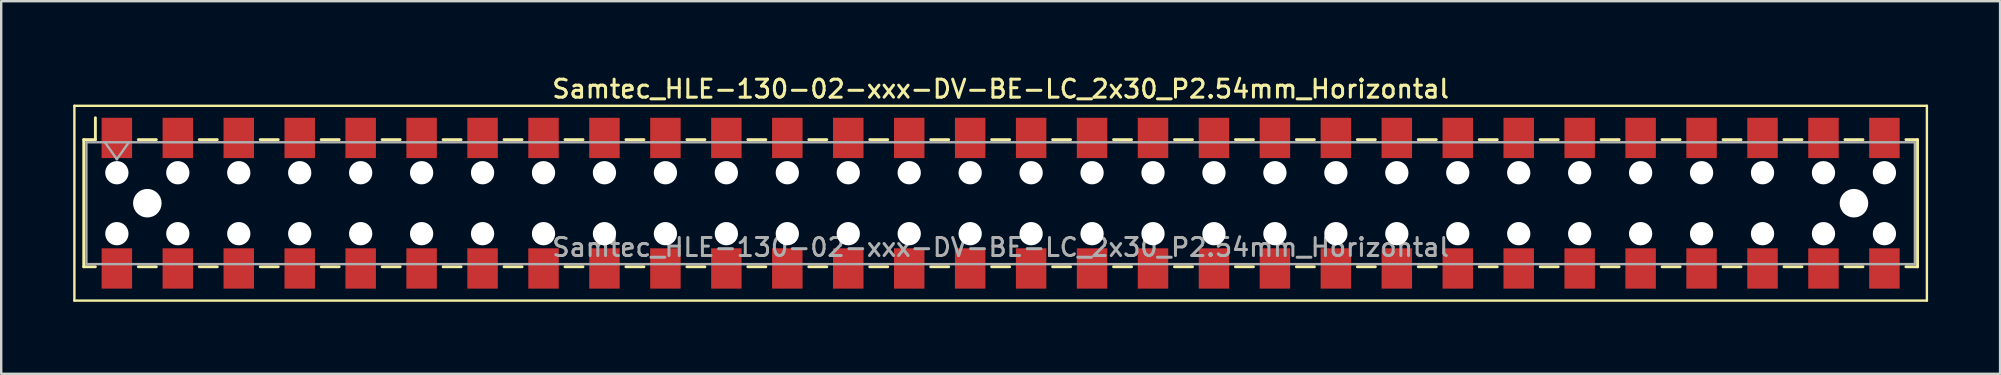
<source format=kicad_pcb>
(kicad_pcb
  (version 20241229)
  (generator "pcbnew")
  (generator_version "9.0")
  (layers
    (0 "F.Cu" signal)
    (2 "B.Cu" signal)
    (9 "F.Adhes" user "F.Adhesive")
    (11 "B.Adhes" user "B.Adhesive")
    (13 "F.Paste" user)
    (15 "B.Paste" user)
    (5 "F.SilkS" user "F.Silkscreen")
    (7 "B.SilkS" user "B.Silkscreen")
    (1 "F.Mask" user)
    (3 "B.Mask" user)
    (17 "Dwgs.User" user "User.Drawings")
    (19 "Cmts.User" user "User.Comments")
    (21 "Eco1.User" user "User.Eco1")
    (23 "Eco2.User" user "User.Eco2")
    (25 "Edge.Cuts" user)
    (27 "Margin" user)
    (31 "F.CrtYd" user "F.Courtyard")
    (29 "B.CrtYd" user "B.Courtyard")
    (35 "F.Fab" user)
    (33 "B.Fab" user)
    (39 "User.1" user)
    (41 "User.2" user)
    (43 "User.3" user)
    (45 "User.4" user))
  (footprint "Samtec_HLE-130-02-xxx-DV-BE-LC_2x30_P2.54mm_Horizontal"
    (layer "F.Cu")
    (at 38.65 5.418)
    (property "Reference" "Samtec_HLE-130-02-xxx-DV-BE-LC_2x30_P2.54mm_Horizontal" (at 0 -4.76 0) (layer "F.SilkS") (effects (font (size 0.75 0.75) (thickness 0.125))))
    (attr smd)
    (fp_line (start -38.6 -4.06) (end 38.6 -4.06) (stroke (width 0.1) (type solid)) (layer "F.SilkS"))
    (fp_line (start -38.6 4.06) (end -38.6 -4.06) (stroke (width 0.1) (type solid)) (layer "F.SilkS"))
    (fp_line (start -38.21 -2.65) (end -38.21 2.65) (stroke (width 0.12) (type solid)) (layer "F.SilkS"))
    (fp_line (start -38.21 2.65) (end -37.725 2.65) (stroke (width 0.12) (type solid)) (layer "F.SilkS"))
    (fp_line (start -37.725 -3.56) (end -37.725 -2.65) (stroke (width 0.12) (type solid)) (layer "F.SilkS"))
    (fp_line (start -37.725 -2.65) (end -38.21 -2.65) (stroke (width 0.12) (type solid)) (layer "F.SilkS"))
    (fp_line (start -35.935 -2.65) (end -35.185 -2.65) (stroke (width 0.12) (type solid)) (layer "F.SilkS"))
    (fp_line (start -35.935 2.65) (end -35.185 2.65) (stroke (width 0.12) (type solid)) (layer "F.SilkS"))
    (fp_line (start -33.395 -2.65) (end -32.645 -2.65) (stroke (width 0.12) (type solid)) (layer "F.SilkS"))
    (fp_line (start -33.395 2.65) (end -32.645 2.65) (stroke (width 0.12) (type solid)) (layer "F.SilkS"))
    (fp_line (start -30.855 -2.65) (end -30.105 -2.65) (stroke (width 0.12) (type solid)) (layer "F.SilkS"))
    (fp_line (start -30.855 2.65) (end -30.105 2.65) (stroke (width 0.12) (type solid)) (layer "F.SilkS"))
    (fp_line (start -28.315 -2.65) (end -27.565 -2.65) (stroke (width 0.12) (type solid)) (layer "F.SilkS"))
    (fp_line (start -28.315 2.65) (end -27.565 2.65) (stroke (width 0.12) (type solid)) (layer "F.SilkS"))
    (fp_line (start -25.775 -2.65) (end -25.025 -2.65) (stroke (width 0.12) (type solid)) (layer "F.SilkS"))
    (fp_line (start -25.775 2.65) (end -25.025 2.65) (stroke (width 0.12) (type solid)) (layer "F.SilkS"))
    (fp_line (start -23.235 -2.65) (end -22.485 -2.65) (stroke (width 0.12) (type solid)) (layer "F.SilkS"))
    (fp_line (start -23.235 2.65) (end -22.485 2.65) (stroke (width 0.12) (type solid)) (layer "F.SilkS"))
    (fp_line (start -20.695 -2.65) (end -19.945 -2.65) (stroke (width 0.12) (type solid)) (layer "F.SilkS"))
    (fp_line (start -20.695 2.65) (end -19.945 2.65) (stroke (width 0.12) (type solid)) (layer "F.SilkS"))
    (fp_line (start -18.155 -2.65) (end -17.405 -2.65) (stroke (width 0.12) (type solid)) (layer "F.SilkS"))
    (fp_line (start -18.155 2.65) (end -17.405 2.65) (stroke (width 0.12) (type solid)) (layer "F.SilkS"))
    (fp_line (start -15.615 -2.65) (end -14.865 -2.65) (stroke (width 0.12) (type solid)) (layer "F.SilkS"))
    (fp_line (start -15.615 2.65) (end -14.865 2.65) (stroke (width 0.12) (type solid)) (layer "F.SilkS"))
    (fp_line (start -13.075 -2.65) (end -12.325 -2.65) (stroke (width 0.12) (type solid)) (layer "F.SilkS"))
    (fp_line (start -13.075 2.65) (end -12.325 2.65) (stroke (width 0.12) (type solid)) (layer "F.SilkS"))
    (fp_line (start -10.535 -2.65) (end -9.785 -2.65) (stroke (width 0.12) (type solid)) (layer "F.SilkS"))
    (fp_line (start -10.535 2.65) (end -9.785 2.65) (stroke (width 0.12) (type solid)) (layer "F.SilkS"))
    (fp_line (start -7.995 -2.65) (end -7.245 -2.65) (stroke (width 0.12) (type solid)) (layer "F.SilkS"))
    (fp_line (start -7.995 2.65) (end -7.245 2.65) (stroke (width 0.12) (type solid)) (layer "F.SilkS"))
    (fp_line (start -5.455 -2.65) (end -4.705 -2.65) (stroke (width 0.12) (type solid)) (layer "F.SilkS"))
    (fp_line (start -5.455 2.65) (end -4.705 2.65) (stroke (width 0.12) (type solid)) (layer "F.SilkS"))
    (fp_line (start -2.915 -2.65) (end -2.165 -2.65) (stroke (width 0.12) (type solid)) (layer "F.SilkS"))
    (fp_line (start -2.915 2.65) (end -2.165 2.65) (stroke (width 0.12) (type solid)) (layer "F.SilkS"))
    (fp_line (start -0.375 -2.65) (end 0.375 -2.65) (stroke (width 0.12) (type solid)) (layer "F.SilkS"))
    (fp_line (start -0.375 2.65) (end 0.375 2.65) (stroke (width 0.12) (type solid)) (layer "F.SilkS"))
    (fp_line (start 2.165 -2.65) (end 2.915 -2.65) (stroke (width 0.12) (type solid)) (layer "F.SilkS"))
    (fp_line (start 2.165 2.65) (end 2.915 2.65) (stroke (width 0.12) (type solid)) (layer "F.SilkS"))
    (fp_line (start 4.705 -2.65) (end 5.455 -2.65) (stroke (width 0.12) (type solid)) (layer "F.SilkS"))
    (fp_line (start 4.705 2.65) (end 5.455 2.65) (stroke (width 0.12) (type solid)) (layer "F.SilkS"))
    (fp_line (start 7.245 -2.65) (end 7.995 -2.65) (stroke (width 0.12) (type solid)) (layer "F.SilkS"))
    (fp_line (start 7.245 2.65) (end 7.995 2.65) (stroke (width 0.12) (type solid)) (layer "F.SilkS"))
    (fp_line (start 9.785 -2.65) (end 10.535 -2.65) (stroke (width 0.12) (type solid)) (layer "F.SilkS"))
    (fp_line (start 9.785 2.65) (end 10.535 2.65) (stroke (width 0.12) (type solid)) (layer "F.SilkS"))
    (fp_line (start 12.325 -2.65) (end 13.075 -2.65) (stroke (width 0.12) (type solid)) (layer "F.SilkS"))
    (fp_line (start 12.325 2.65) (end 13.075 2.65) (stroke (width 0.12) (type solid)) (layer "F.SilkS"))
    (fp_line (start 14.865 -2.65) (end 15.615 -2.65) (stroke (width 0.12) (type solid)) (layer "F.SilkS"))
    (fp_line (start 14.865 2.65) (end 15.615 2.65) (stroke (width 0.12) (type solid)) (layer "F.SilkS"))
    (fp_line (start 17.405 -2.65) (end 18.155 -2.65) (stroke (width 0.12) (type solid)) (layer "F.SilkS"))
    (fp_line (start 17.405 2.65) (end 18.155 2.65) (stroke (width 0.12) (type solid)) (layer "F.SilkS"))
    (fp_line (start 19.945 -2.65) (end 20.695 -2.65) (stroke (width 0.12) (type solid)) (layer "F.SilkS"))
    (fp_line (start 19.945 2.65) (end 20.695 2.65) (stroke (width 0.12) (type solid)) (layer "F.SilkS"))
    (fp_line (start 22.485 -2.65) (end 23.235 -2.65) (stroke (width 0.12) (type solid)) (layer "F.SilkS"))
    (fp_line (start 22.485 2.65) (end 23.235 2.65) (stroke (width 0.12) (type solid)) (layer "F.SilkS"))
    (fp_line (start 25.025 -2.65) (end 25.775 -2.65) (stroke (width 0.12) (type solid)) (layer "F.SilkS"))
    (fp_line (start 25.025 2.65) (end 25.775 2.65) (stroke (width 0.12) (type solid)) (layer "F.SilkS"))
    (fp_line (start 27.565 -2.65) (end 28.315 -2.65) (stroke (width 0.12) (type solid)) (layer "F.SilkS"))
    (fp_line (start 27.565 2.65) (end 28.315 2.65) (stroke (width 0.12) (type solid)) (layer "F.SilkS"))
    (fp_line (start 30.105 -2.65) (end 30.855 -2.65) (stroke (width 0.12) (type solid)) (layer "F.SilkS"))
    (fp_line (start 30.105 2.65) (end 30.855 2.65) (stroke (width 0.12) (type solid)) (layer "F.SilkS"))
    (fp_line (start 32.645 -2.65) (end 33.395 -2.65) (stroke (width 0.12) (type solid)) (layer "F.SilkS"))
    (fp_line (start 32.645 2.65) (end 33.395 2.65) (stroke (width 0.12) (type solid)) (layer "F.SilkS"))
    (fp_line (start 35.185 -2.65) (end 35.935 -2.65) (stroke (width 0.12) (type solid)) (layer "F.SilkS"))
    (fp_line (start 35.185 2.65) (end 35.935 2.65) (stroke (width 0.12) (type solid)) (layer "F.SilkS"))
    (fp_line (start 37.725 -2.65) (end 38.21 -2.65) (stroke (width 0.12) (type solid)) (layer "F.SilkS"))
    (fp_line (start 38.21 -2.65) (end 38.21 2.65) (stroke (width 0.12) (type solid)) (layer "F.SilkS"))
    (fp_line (start 38.21 2.65) (end 37.725 2.65) (stroke (width 0.12) (type solid)) (layer "F.SilkS"))
    (fp_line (start 38.6 -4.06) (end 38.6 4.06) (stroke (width 0.1) (type solid)) (layer "F.SilkS"))
    (fp_line (start 38.6 4.06) (end -38.6 4.06) (stroke (width 0.1) (type solid)) (layer "F.SilkS"))
    (fp_line (start -38.1 -2.54) (end 38.1 -2.54) (stroke (width 0.1) (type solid)) (layer "F.Fab"))
    (fp_line (start -38.1 2.54) (end -38.1 -2.54) (stroke (width 0.1) (type solid)) (layer "F.Fab"))
    (fp_line (start -37.33 -2.54) (end -36.83 -1.833) (stroke (width 0.1) (type solid)) (layer "F.Fab"))
    (fp_line (start -36.83 -1.833) (end -36.33 -2.54) (stroke (width 0.1) (type solid)) (layer "F.Fab"))
    (fp_line (start 38.1 -2.54) (end 38.1 2.54) (stroke (width 0.1) (type solid)) (layer "F.Fab"))
    (fp_line (start 38.1 2.54) (end -38.1 2.54) (stroke (width 0.1) (type solid)) (layer "F.Fab"))
    (fp_text user "${REFERENCE}" (at 0 1.84 0) (layer "F.Fab") (effects (font (size 0.75 0.75) (thickness 0.125))))
    (pad "" np_thru_hole circle (at -36.83 -1.27) (size 0.97 0.97) (drill 0.97) (layers "*.Cu" "*.Mask"))
    (pad "" np_thru_hole circle (at -36.83 1.27) (size 0.97 0.97) (drill 0.97) (layers "*.Cu" "*.Mask"))
    (pad "" np_thru_hole circle (at -35.56 0) (size 1.19 1.19) (drill 1.19) (layers "*.Cu" "*.Mask"))
    (pad "" np_thru_hole circle (at -34.29 -1.27) (size 0.97 0.97) (drill 0.97) (layers "*.Cu" "*.Mask"))
    (pad "" np_thru_hole circle (at -34.29 1.27) (size 0.97 0.97) (drill 0.97) (layers "*.Cu" "*.Mask"))
    (pad "" np_thru_hole circle (at -31.75 -1.27) (size 0.97 0.97) (drill 0.97) (layers "*.Cu" "*.Mask"))
    (pad "" np_thru_hole circle (at -31.75 1.27) (size 0.97 0.97) (drill 0.97) (layers "*.Cu" "*.Mask"))
    (pad "" np_thru_hole circle (at -29.21 -1.27) (size 0.97 0.97) (drill 0.97) (layers "*.Cu" "*.Mask"))
    (pad "" np_thru_hole circle (at -29.21 1.27) (size 0.97 0.97) (drill 0.97) (layers "*.Cu" "*.Mask"))
    (pad "" np_thru_hole circle (at -26.67 -1.27) (size 0.97 0.97) (drill 0.97) (layers "*.Cu" "*.Mask"))
    (pad "" np_thru_hole circle (at -26.67 1.27) (size 0.97 0.97) (drill 0.97) (layers "*.Cu" "*.Mask"))
    (pad "" np_thru_hole circle (at -24.13 -1.27) (size 0.97 0.97) (drill 0.97) (layers "*.Cu" "*.Mask"))
    (pad "" np_thru_hole circle (at -24.13 1.27) (size 0.97 0.97) (drill 0.97) (layers "*.Cu" "*.Mask"))
    (pad "" np_thru_hole circle (at -21.59 -1.27) (size 0.97 0.97) (drill 0.97) (layers "*.Cu" "*.Mask"))
    (pad "" np_thru_hole circle (at -21.59 1.27) (size 0.97 0.97) (drill 0.97) (layers "*.Cu" "*.Mask"))
    (pad "" np_thru_hole circle (at -19.05 -1.27) (size 0.97 0.97) (drill 0.97) (layers "*.Cu" "*.Mask"))
    (pad "" np_thru_hole circle (at -19.05 1.27) (size 0.97 0.97) (drill 0.97) (layers "*.Cu" "*.Mask"))
    (pad "" np_thru_hole circle (at -16.51 -1.27) (size 0.97 0.97) (drill 0.97) (layers "*.Cu" "*.Mask"))
    (pad "" np_thru_hole circle (at -16.51 1.27) (size 0.97 0.97) (drill 0.97) (layers "*.Cu" "*.Mask"))
    (pad "" np_thru_hole circle (at -13.97 -1.27) (size 0.97 0.97) (drill 0.97) (layers "*.Cu" "*.Mask"))
    (pad "" np_thru_hole circle (at -13.97 1.27) (size 0.97 0.97) (drill 0.97) (layers "*.Cu" "*.Mask"))
    (pad "" np_thru_hole circle (at -11.43 -1.27) (size 0.97 0.97) (drill 0.97) (layers "*.Cu" "*.Mask"))
    (pad "" np_thru_hole circle (at -11.43 1.27) (size 0.97 0.97) (drill 0.97) (layers "*.Cu" "*.Mask"))
    (pad "" np_thru_hole circle (at -8.89 -1.27) (size 0.97 0.97) (drill 0.97) (layers "*.Cu" "*.Mask"))
    (pad "" np_thru_hole circle (at -8.89 1.27) (size 0.97 0.97) (drill 0.97) (layers "*.Cu" "*.Mask"))
    (pad "" np_thru_hole circle (at -6.35 -1.27) (size 0.97 0.97) (drill 0.97) (layers "*.Cu" "*.Mask"))
    (pad "" np_thru_hole circle (at -6.35 1.27) (size 0.97 0.97) (drill 0.97) (layers "*.Cu" "*.Mask"))
    (pad "" np_thru_hole circle (at -3.81 -1.27) (size 0.97 0.97) (drill 0.97) (layers "*.Cu" "*.Mask"))
    (pad "" np_thru_hole circle (at -3.81 1.27) (size 0.97 0.97) (drill 0.97) (layers "*.Cu" "*.Mask"))
    (pad "" np_thru_hole circle (at -1.27 -1.27) (size 0.97 0.97) (drill 0.97) (layers "*.Cu" "*.Mask"))
    (pad "" np_thru_hole circle (at -1.27 1.27) (size 0.97 0.97) (drill 0.97) (layers "*.Cu" "*.Mask"))
    (pad "" np_thru_hole circle (at 1.27 -1.27) (size 0.97 0.97) (drill 0.97) (layers "*.Cu" "*.Mask"))
    (pad "" np_thru_hole circle (at 1.27 1.27) (size 0.97 0.97) (drill 0.97) (layers "*.Cu" "*.Mask"))
    (pad "" np_thru_hole circle (at 3.81 -1.27) (size 0.97 0.97) (drill 0.97) (layers "*.Cu" "*.Mask"))
    (pad "" np_thru_hole circle (at 3.81 1.27) (size 0.97 0.97) (drill 0.97) (layers "*.Cu" "*.Mask"))
    (pad "" np_thru_hole circle (at 6.35 -1.27) (size 0.97 0.97) (drill 0.97) (layers "*.Cu" "*.Mask"))
    (pad "" np_thru_hole circle (at 6.35 1.27) (size 0.97 0.97) (drill 0.97) (layers "*.Cu" "*.Mask"))
    (pad "" np_thru_hole circle (at 8.89 -1.27) (size 0.97 0.97) (drill 0.97) (layers "*.Cu" "*.Mask"))
    (pad "" np_thru_hole circle (at 8.89 1.27) (size 0.97 0.97) (drill 0.97) (layers "*.Cu" "*.Mask"))
    (pad "" np_thru_hole circle (at 11.43 -1.27) (size 0.97 0.97) (drill 0.97) (layers "*.Cu" "*.Mask"))
    (pad "" np_thru_hole circle (at 11.43 1.27) (size 0.97 0.97) (drill 0.97) (layers "*.Cu" "*.Mask"))
    (pad "" np_thru_hole circle (at 13.97 -1.27) (size 0.97 0.97) (drill 0.97) (layers "*.Cu" "*.Mask"))
    (pad "" np_thru_hole circle (at 13.97 1.27) (size 0.97 0.97) (drill 0.97) (layers "*.Cu" "*.Mask"))
    (pad "" np_thru_hole circle (at 16.51 -1.27) (size 0.97 0.97) (drill 0.97) (layers "*.Cu" "*.Mask"))
    (pad "" np_thru_hole circle (at 16.51 1.27) (size 0.97 0.97) (drill 0.97) (layers "*.Cu" "*.Mask"))
    (pad "" np_thru_hole circle (at 19.05 -1.27) (size 0.97 0.97) (drill 0.97) (layers "*.Cu" "*.Mask"))
    (pad "" np_thru_hole circle (at 19.05 1.27) (size 0.97 0.97) (drill 0.97) (layers "*.Cu" "*.Mask"))
    (pad "" np_thru_hole circle (at 21.59 -1.27) (size 0.97 0.97) (drill 0.97) (layers "*.Cu" "*.Mask"))
    (pad "" np_thru_hole circle (at 21.59 1.27) (size 0.97 0.97) (drill 0.97) (layers "*.Cu" "*.Mask"))
    (pad "" np_thru_hole circle (at 24.13 -1.27) (size 0.97 0.97) (drill 0.97) (layers "*.Cu" "*.Mask"))
    (pad "" np_thru_hole circle (at 24.13 1.27) (size 0.97 0.97) (drill 0.97) (layers "*.Cu" "*.Mask"))
    (pad "" np_thru_hole circle (at 26.67 -1.27) (size 0.97 0.97) (drill 0.97) (layers "*.Cu" "*.Mask"))
    (pad "" np_thru_hole circle (at 26.67 1.27) (size 0.97 0.97) (drill 0.97) (layers "*.Cu" "*.Mask"))
    (pad "" np_thru_hole circle (at 29.21 -1.27) (size 0.97 0.97) (drill 0.97) (layers "*.Cu" "*.Mask"))
    (pad "" np_thru_hole circle (at 29.21 1.27) (size 0.97 0.97) (drill 0.97) (layers "*.Cu" "*.Mask"))
    (pad "" np_thru_hole circle (at 31.75 -1.27) (size 0.97 0.97) (drill 0.97) (layers "*.Cu" "*.Mask"))
    (pad "" np_thru_hole circle (at 31.75 1.27) (size 0.97 0.97) (drill 0.97) (layers "*.Cu" "*.Mask"))
    (pad "" np_thru_hole circle (at 34.29 -1.27) (size 0.97 0.97) (drill 0.97) (layers "*.Cu" "*.Mask"))
    (pad "" np_thru_hole circle (at 34.29 1.27) (size 0.97 0.97) (drill 0.97) (layers "*.Cu" "*.Mask"))
    (pad "" np_thru_hole circle (at 35.56 0) (size 1.19 1.19) (drill 1.19) (layers "*.Cu" "*.Mask"))
    (pad "" np_thru_hole circle (at 36.83 -1.27) (size 0.97 0.97) (drill 0.97) (layers "*.Cu" "*.Mask"))
    (pad "" np_thru_hole circle (at 36.83 1.27) (size 0.97 0.97) (drill 0.97) (layers "*.Cu" "*.Mask"))
    (pad "1" smd rect (at -36.83 -2.72) (size 1.27 1.68) (layers "F.Cu" "F.Mask" "F.Paste"))
    (pad "2" smd rect (at -36.83 2.72) (size 1.27 1.68) (layers "F.Cu" "F.Mask" "F.Paste"))
    (pad "3" smd rect (at -34.29 -2.72) (size 1.27 1.68) (layers "F.Cu" "F.Mask" "F.Paste"))
    (pad "4" smd rect (at -34.29 2.72) (size 1.27 1.68) (layers "F.Cu" "F.Mask" "F.Paste"))
    (pad "5" smd rect (at -31.75 -2.72) (size 1.27 1.68) (layers "F.Cu" "F.Mask" "F.Paste"))
    (pad "6" smd rect (at -31.75 2.72) (size 1.27 1.68) (layers "F.Cu" "F.Mask" "F.Paste"))
    (pad "7" smd rect (at -29.21 -2.72) (size 1.27 1.68) (layers "F.Cu" "F.Mask" "F.Paste"))
    (pad "8" smd rect (at -29.21 2.72) (size 1.27 1.68) (layers "F.Cu" "F.Mask" "F.Paste"))
    (pad "9" smd rect (at -26.67 -2.72) (size 1.27 1.68) (layers "F.Cu" "F.Mask" "F.Paste"))
    (pad "10" smd rect (at -26.67 2.72) (size 1.27 1.68) (layers "F.Cu" "F.Mask" "F.Paste"))
    (pad "11" smd rect (at -24.13 -2.72) (size 1.27 1.68) (layers "F.Cu" "F.Mask" "F.Paste"))
    (pad "12" smd rect (at -24.13 2.72) (size 1.27 1.68) (layers "F.Cu" "F.Mask" "F.Paste"))
    (pad "13" smd rect (at -21.59 -2.72) (size 1.27 1.68) (layers "F.Cu" "F.Mask" "F.Paste"))
    (pad "14" smd rect (at -21.59 2.72) (size 1.27 1.68) (layers "F.Cu" "F.Mask" "F.Paste"))
    (pad "15" smd rect (at -19.05 -2.72) (size 1.27 1.68) (layers "F.Cu" "F.Mask" "F.Paste"))
    (pad "16" smd rect (at -19.05 2.72) (size 1.27 1.68) (layers "F.Cu" "F.Mask" "F.Paste"))
    (pad "17" smd rect (at -16.51 -2.72) (size 1.27 1.68) (layers "F.Cu" "F.Mask" "F.Paste"))
    (pad "18" smd rect (at -16.51 2.72) (size 1.27 1.68) (layers "F.Cu" "F.Mask" "F.Paste"))
    (pad "19" smd rect (at -13.97 -2.72) (size 1.27 1.68) (layers "F.Cu" "F.Mask" "F.Paste"))
    (pad "20" smd rect (at -13.97 2.72) (size 1.27 1.68) (layers "F.Cu" "F.Mask" "F.Paste"))
    (pad "21" smd rect (at -11.43 -2.72) (size 1.27 1.68) (layers "F.Cu" "F.Mask" "F.Paste"))
    (pad "22" smd rect (at -11.43 2.72) (size 1.27 1.68) (layers "F.Cu" "F.Mask" "F.Paste"))
    (pad "23" smd rect (at -8.89 -2.72) (size 1.27 1.68) (layers "F.Cu" "F.Mask" "F.Paste"))
    (pad "24" smd rect (at -8.89 2.72) (size 1.27 1.68) (layers "F.Cu" "F.Mask" "F.Paste"))
    (pad "25" smd rect (at -6.35 -2.72) (size 1.27 1.68) (layers "F.Cu" "F.Mask" "F.Paste"))
    (pad "26" smd rect (at -6.35 2.72) (size 1.27 1.68) (layers "F.Cu" "F.Mask" "F.Paste"))
    (pad "27" smd rect (at -3.81 -2.72) (size 1.27 1.68) (layers "F.Cu" "F.Mask" "F.Paste"))
    (pad "28" smd rect (at -3.81 2.72) (size 1.27 1.68) (layers "F.Cu" "F.Mask" "F.Paste"))
    (pad "29" smd rect (at -1.27 -2.72) (size 1.27 1.68) (layers "F.Cu" "F.Mask" "F.Paste"))
    (pad "30" smd rect (at -1.27 2.72) (size 1.27 1.68) (layers "F.Cu" "F.Mask" "F.Paste"))
    (pad "31" smd rect (at 1.27 -2.72) (size 1.27 1.68) (layers "F.Cu" "F.Mask" "F.Paste"))
    (pad "32" smd rect (at 1.27 2.72) (size 1.27 1.68) (layers "F.Cu" "F.Mask" "F.Paste"))
    (pad "33" smd rect (at 3.81 -2.72) (size 1.27 1.68) (layers "F.Cu" "F.Mask" "F.Paste"))
    (pad "34" smd rect (at 3.81 2.72) (size 1.27 1.68) (layers "F.Cu" "F.Mask" "F.Paste"))
    (pad "35" smd rect (at 6.35 -2.72) (size 1.27 1.68) (layers "F.Cu" "F.Mask" "F.Paste"))
    (pad "36" smd rect (at 6.35 2.72) (size 1.27 1.68) (layers "F.Cu" "F.Mask" "F.Paste"))
    (pad "37" smd rect (at 8.89 -2.72) (size 1.27 1.68) (layers "F.Cu" "F.Mask" "F.Paste"))
    (pad "38" smd rect (at 8.89 2.72) (size 1.27 1.68) (layers "F.Cu" "F.Mask" "F.Paste"))
    (pad "39" smd rect (at 11.43 -2.72) (size 1.27 1.68) (layers "F.Cu" "F.Mask" "F.Paste"))
    (pad "40" smd rect (at 11.43 2.72) (size 1.27 1.68) (layers "F.Cu" "F.Mask" "F.Paste"))
    (pad "41" smd rect (at 13.97 -2.72) (size 1.27 1.68) (layers "F.Cu" "F.Mask" "F.Paste"))
    (pad "42" smd rect (at 13.97 2.72) (size 1.27 1.68) (layers "F.Cu" "F.Mask" "F.Paste"))
    (pad "43" smd rect (at 16.51 -2.72) (size 1.27 1.68) (layers "F.Cu" "F.Mask" "F.Paste"))
    (pad "44" smd rect (at 16.51 2.72) (size 1.27 1.68) (layers "F.Cu" "F.Mask" "F.Paste"))
    (pad "45" smd rect (at 19.05 -2.72) (size 1.27 1.68) (layers "F.Cu" "F.Mask" "F.Paste"))
    (pad "46" smd rect (at 19.05 2.72) (size 1.27 1.68) (layers "F.Cu" "F.Mask" "F.Paste"))
    (pad "47" smd rect (at 21.59 -2.72) (size 1.27 1.68) (layers "F.Cu" "F.Mask" "F.Paste"))
    (pad "48" smd rect (at 21.59 2.72) (size 1.27 1.68) (layers "F.Cu" "F.Mask" "F.Paste"))
    (pad "49" smd rect (at 24.13 -2.72) (size 1.27 1.68) (layers "F.Cu" "F.Mask" "F.Paste"))
    (pad "50" smd rect (at 24.13 2.72) (size 1.27 1.68) (layers "F.Cu" "F.Mask" "F.Paste"))
    (pad "51" smd rect (at 26.67 -2.72) (size 1.27 1.68) (layers "F.Cu" "F.Mask" "F.Paste"))
    (pad "52" smd rect (at 26.67 2.72) (size 1.27 1.68) (layers "F.Cu" "F.Mask" "F.Paste"))
    (pad "53" smd rect (at 29.21 -2.72) (size 1.27 1.68) (layers "F.Cu" "F.Mask" "F.Paste"))
    (pad "54" smd rect (at 29.21 2.72) (size 1.27 1.68) (layers "F.Cu" "F.Mask" "F.Paste"))
    (pad "55" smd rect (at 31.75 -2.72) (size 1.27 1.68) (layers "F.Cu" "F.Mask" "F.Paste"))
    (pad "56" smd rect (at 31.75 2.72) (size 1.27 1.68) (layers "F.Cu" "F.Mask" "F.Paste"))
    (pad "57" smd rect (at 34.29 -2.72) (size 1.27 1.68) (layers "F.Cu" "F.Mask" "F.Paste"))
    (pad "58" smd rect (at 34.29 2.72) (size 1.27 1.68) (layers "F.Cu" "F.Mask" "F.Paste"))
    (pad "59" smd rect (at 36.83 -2.72) (size 1.27 1.68) (layers "F.Cu" "F.Mask" "F.Paste"))
    (pad "60" smd rect (at 36.83 2.72) (size 1.27 1.68) (layers "F.Cu" "F.Mask" "F.Paste")))
  (gr_rect
    (start -3 -3)
    (end 80.3 12.528)
    (stroke (width 0.1) (type default))
    (fill no)
    (layer "Edge.Cuts")))
</source>
